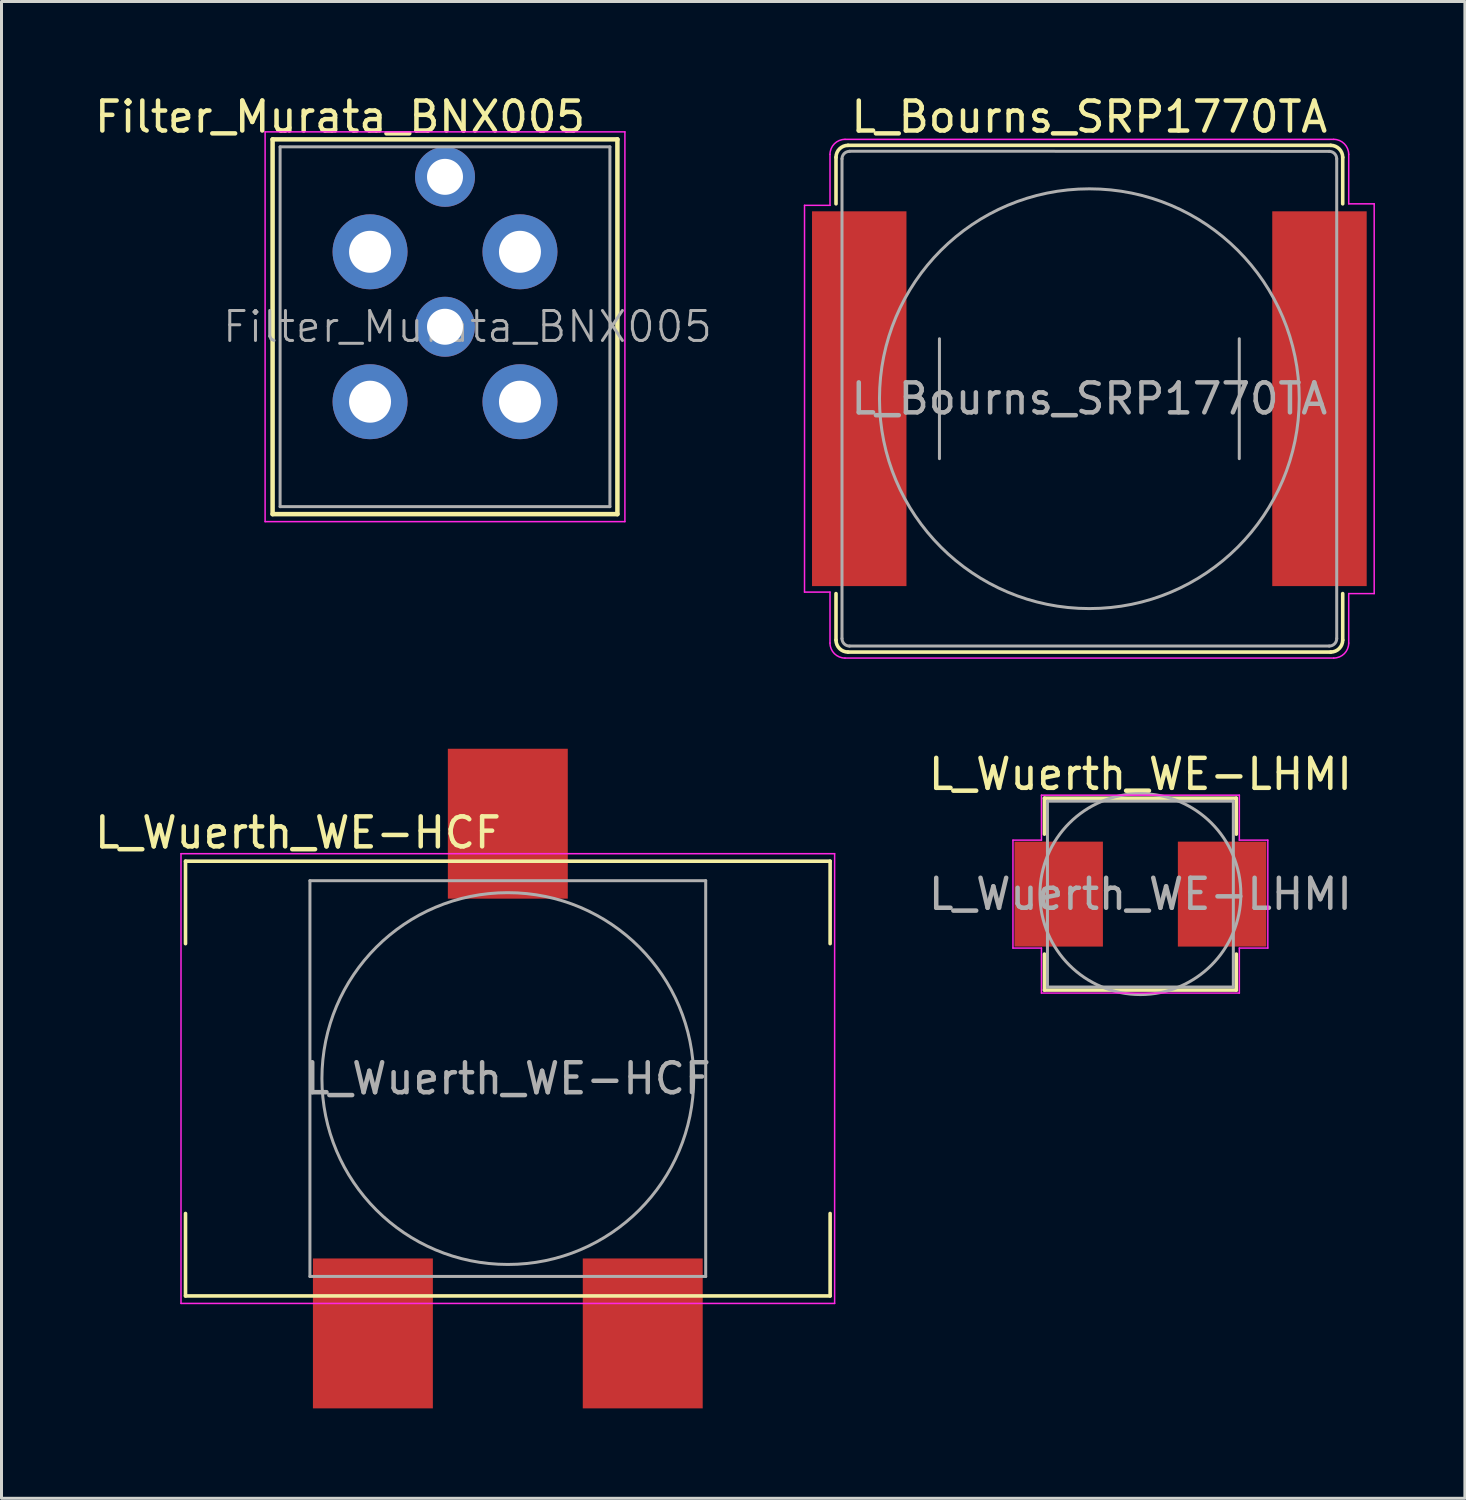
<source format=kicad_pcb>
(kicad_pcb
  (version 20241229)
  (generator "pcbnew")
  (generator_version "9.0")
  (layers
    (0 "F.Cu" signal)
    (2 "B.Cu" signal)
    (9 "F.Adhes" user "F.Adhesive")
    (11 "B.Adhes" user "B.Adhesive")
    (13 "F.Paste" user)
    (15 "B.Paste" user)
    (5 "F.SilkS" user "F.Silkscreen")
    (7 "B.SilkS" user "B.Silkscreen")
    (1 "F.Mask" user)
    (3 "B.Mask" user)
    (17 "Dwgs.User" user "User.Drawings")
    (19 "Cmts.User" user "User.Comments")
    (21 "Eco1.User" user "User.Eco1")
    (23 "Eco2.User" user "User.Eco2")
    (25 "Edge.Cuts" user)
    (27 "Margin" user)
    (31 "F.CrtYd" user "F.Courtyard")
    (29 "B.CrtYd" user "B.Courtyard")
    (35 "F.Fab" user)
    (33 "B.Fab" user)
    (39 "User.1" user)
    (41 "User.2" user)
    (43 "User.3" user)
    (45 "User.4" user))
  (footprint "L_Bourns_SRP1770TA"
    (layer "F.Cu")
    (at 33.283 10.248)
    (property "Reference" "L_Bourns_SRP1770TA" (at 0 -9.4 0) (layer "F.SilkS") (effects (font (size 1 1) (thickness 0.15))))
    (attr smd)
    (fp_line (start -8.45 -8.05) (end -8.45 -6.5) (stroke (width 0.12) (type solid)) (layer "F.SilkS"))
    (fp_line (start -8.45 6.5) (end -8.45 8.05) (stroke (width 0.12) (type solid)) (layer "F.SilkS"))
    (fp_line (start -8.05 -8.45) (end 8.05 -8.45) (stroke (width 0.12) (type solid)) (layer "F.SilkS"))
    (fp_line (start 8.05 8.45) (end -8.05 8.45) (stroke (width 0.12) (type solid)) (layer "F.SilkS"))
    (fp_line (start 8.45 -8.05) (end 8.45 -6.5) (stroke (width 0.12) (type solid)) (layer "F.SilkS"))
    (fp_line (start 8.45 6.5) (end 8.45 8.05) (stroke (width 0.12) (type solid)) (layer "F.SilkS"))
    (fp_arc (start -8.45 -8.05) (mid -8.332843 -8.332843) (end -8.05 -8.45) (stroke (width 0.12) (type solid)) (layer "F.SilkS"))
    (fp_arc (start -8.05 8.45) (mid -8.332843 8.332843) (end -8.45 8.05) (stroke (width 0.12) (type solid)) (layer "F.SilkS"))
    (fp_arc (start 8.05 -8.45) (mid 8.332843 -8.332843) (end 8.45 -8.05) (stroke (width 0.12) (type solid)) (layer "F.SilkS"))
    (fp_arc (start 8.45 8.05) (mid 8.332843 8.332843) (end 8.05 8.45) (stroke (width 0.12) (type solid)) (layer "F.SilkS"))
    (fp_line (start -9.5 -6.45) (end -9.5 6.45) (stroke (width 0.05) (type solid)) (layer "F.CrtYd"))
    (fp_line (start -9.5 -6.45) (end -8.65 -6.45) (stroke (width 0.05) (type solid)) (layer "F.CrtYd"))
    (fp_line (start -8.65 -8.15) (end -8.65 -6.45) (stroke (width 0.05) (type solid)) (layer "F.CrtYd"))
    (fp_line (start -8.65 6.45) (end -9.5 6.45) (stroke (width 0.05) (type solid)) (layer "F.CrtYd"))
    (fp_line (start -8.65 8.15) (end -8.65 6.45) (stroke (width 0.05) (type solid)) (layer "F.CrtYd"))
    (fp_line (start -8.15 -8.65) (end 8.15 -8.65) (stroke (width 0.05) (type solid)) (layer "F.CrtYd"))
    (fp_line (start 8.15 8.65) (end -8.15 8.65) (stroke (width 0.05) (type solid)) (layer "F.CrtYd"))
    (fp_line (start 8.65 -8.15) (end 8.65 -6.5) (stroke (width 0.05) (type solid)) (layer "F.CrtYd"))
    (fp_line (start 8.65 6.5) (end 8.65 8.15) (stroke (width 0.05) (type solid)) (layer "F.CrtYd"))
    (fp_line (start 9.5 -6.5) (end 8.65 -6.5) (stroke (width 0.05) (type solid)) (layer "F.CrtYd"))
    (fp_line (start 9.5 -6.5) (end 9.5 6.5) (stroke (width 0.05) (type solid)) (layer "F.CrtYd"))
    (fp_line (start 9.5 6.5) (end 8.65 6.5) (stroke (width 0.05) (type solid)) (layer "F.CrtYd"))
    (fp_arc (start -8.65 -8.15) (mid -8.503553 -8.503553) (end -8.15 -8.65) (stroke (width 0.05) (type solid)) (layer "F.CrtYd"))
    (fp_arc (start -8.15 8.65) (mid -8.503553 8.503553) (end -8.65 8.15) (stroke (width 0.05) (type solid)) (layer "F.CrtYd"))
    (fp_arc (start 8.15 -8.65) (mid 8.503553 -8.503553) (end 8.65 -8.15) (stroke (width 0.05) (type solid)) (layer "F.CrtYd"))
    (fp_arc (start 8.65 8.15) (mid 8.503553 8.503553) (end 8.15 8.65) (stroke (width 0.05) (type solid)) (layer "F.CrtYd"))
    (fp_line (start -8.25 -8) (end -8.25 8) (stroke (width 0.1) (type solid)) (layer "F.Fab"))
    (fp_line (start -8 -8.255) (end 8 -8.25) (stroke (width 0.1) (type solid)) (layer "F.Fab"))
    (fp_line (start -5 2) (end -5 -2) (stroke (width 0.1) (type solid)) (layer "F.Fab"))
    (fp_line (start 5 -2) (end 5 2) (stroke (width 0.1) (type solid)) (layer "F.Fab"))
    (fp_line (start 8 8.25) (end -8 8.25) (stroke (width 0.1) (type solid)) (layer "F.Fab"))
    (fp_line (start 8.25 -8) (end 8.25 8) (stroke (width 0.1) (type solid)) (layer "F.Fab"))
    (fp_arc (start -8.25 -8) (mid -8.176777 -8.176777) (end -8 -8.25) (stroke (width 0.1) (type solid)) (layer "F.Fab"))
    (fp_arc (start -8 8.25) (mid -8.176777 8.176777) (end -8.25 8) (stroke (width 0.1) (type solid)) (layer "F.Fab"))
    (fp_arc (start 8 -8.25) (mid 8.176777 -8.176777) (end 8.25 -8) (stroke (width 0.1) (type solid)) (layer "F.Fab"))
    (fp_arc (start 8.25 8) (mid 8.176777 8.176777) (end 8 8.25) (stroke (width 0.1) (type solid)) (layer "F.Fab"))
    (fp_circle (center 0 0) (end 7 0) (stroke (width 0.1) (type solid)) (fill no) (layer "F.Fab"))
    (fp_text user "${REFERENCE}" (at 0 0 0) (layer "F.Fab") (effects (font (size 1 1) (thickness 0.15))))
    (pad "1" smd rect (at -7.675 0) (size 3.15 12.5) (layers "F.Cu" "F.Mask" "F.Paste"))
    (pad "2" smd rect (at 7.675 0) (size 3.15 12.5) (layers "F.Cu" "F.Mask" "F.Paste")))
  (footprint "L_Wuerth_WE-HCF"
    (layer "F.Cu")
    (at 13.887 32.923)
    (property "Reference" "L_Wuerth_WE-HCF" (at -7 -8.2 0) (layer "F.SilkS") (effects (font (size 1 1) (thickness 0.15))))
    (attr smd)
    (fp_line (start -10.75 -7.25) (end 10.75 -7.25) (stroke (width 0.12) (type solid)) (layer "F.SilkS"))
    (fp_line (start -10.75 -4.5) (end -10.75 -7.25) (stroke (width 0.12) (type solid)) (layer "F.SilkS"))
    (fp_line (start -10.75 7.25) (end -10.75 4.5) (stroke (width 0.12) (type solid)) (layer "F.SilkS"))
    (fp_line (start -10.75 7.25) (end 10.75 7.25) (stroke (width 0.12) (type solid)) (layer "F.SilkS"))
    (fp_line (start 10.75 -4.5) (end 10.75 -7.25) (stroke (width 0.12) (type solid)) (layer "F.SilkS"))
    (fp_line (start 10.75 7.25) (end 10.75 4.5) (stroke (width 0.12) (type solid)) (layer "F.SilkS"))
    (fp_line (start -10.9 -7.5) (end -10.9 7.5) (stroke (width 0.05) (type solid)) (layer "F.CrtYd"))
    (fp_line (start -10.9 -7.5) (end 10.9 -7.5) (stroke (width 0.05) (type solid)) (layer "F.CrtYd"))
    (fp_line (start 10.9 -7.5) (end 10.9 7.5) (stroke (width 0.05) (type solid)) (layer "F.CrtYd"))
    (fp_line (start 10.9 7.5) (end -10.9 7.5) (stroke (width 0.05) (type solid)) (layer "F.CrtYd"))
    (fp_line (start -6.6 -6.6) (end -6.6 6.6) (stroke (width 0.1) (type solid)) (layer "F.Fab"))
    (fp_line (start -6.6 6.6) (end 6.6 6.6) (stroke (width 0.1) (type solid)) (layer "F.Fab"))
    (fp_line (start 6.6 -6.6) (end -6.6 -6.6) (stroke (width 0.1) (type solid)) (layer "F.Fab"))
    (fp_line (start 6.6 6.6) (end 6.6 -6.6) (stroke (width 0.1) (type solid)) (layer "F.Fab"))
    (fp_circle (center 0 0) (end 6.2 0) (stroke (width 0.1) (type solid)) (fill no) (layer "F.Fab"))
    (fp_text user "${REFERENCE}" (at 0 0 0) (layer "F.Fab") (effects (font (size 1 1) (thickness 0.15))))
    (pad "1" smd rect (at -4.5 8.5) (size 4 5) (layers "F.Cu" "F.Mask" "F.Paste"))
    (pad "2" smd rect (at 4.5 8.5) (size 4 5) (layers "F.Cu" "F.Mask" "F.Paste"))
    (pad "3" smd rect (at 0 -8.5) (size 4 5) (layers "F.Cu" "F.Mask" "F.Paste")))
  (footprint "L_Wuerth_WE-LHMI"
    (layer "F.Cu")
    (at 34.985 26.771)
    (property "Reference" "L_Wuerth_WE-LHMI" (at 0 -4 0) (layer "F.SilkS") (effects (font (size 1 1) (thickness 0.15))))
    (attr smd)
    (fp_line (start -3.2 -3.2) (end 3.2 -3.2) (stroke (width 0.12) (type solid)) (layer "F.SilkS"))
    (fp_line (start -3.2 -2) (end -3.2 -3.2) (stroke (width 0.12) (type solid)) (layer "F.SilkS"))
    (fp_line (start -3.2 3.2) (end -3.2 2) (stroke (width 0.12) (type solid)) (layer "F.SilkS"))
    (fp_line (start -3.2 3.2) (end 3.2 3.2) (stroke (width 0.12) (type solid)) (layer "F.SilkS"))
    (fp_line (start 3.2 -2) (end 3.2 -3.2) (stroke (width 0.12) (type solid)) (layer "F.SilkS"))
    (fp_line (start 3.2 3.2) (end 3.2 2) (stroke (width 0.12) (type solid)) (layer "F.SilkS"))
    (fp_line (start -4.25 -1.8) (end -3.3 -1.8) (stroke (width 0.05) (type solid)) (layer "F.CrtYd"))
    (fp_line (start -4.25 1.8) (end -4.25 -1.8) (stroke (width 0.05) (type solid)) (layer "F.CrtYd"))
    (fp_line (start -4.25 1.8) (end -3.3 1.8) (stroke (width 0.05) (type solid)) (layer "F.CrtYd"))
    (fp_line (start -3.3 -3.3) (end 3.3 -3.3) (stroke (width 0.05) (type solid)) (layer "F.CrtYd"))
    (fp_line (start -3.3 -1.8) (end -3.3 -3.3) (stroke (width 0.05) (type solid)) (layer "F.CrtYd"))
    (fp_line (start -3.3 3.3) (end -3.3 1.8) (stroke (width 0.05) (type solid)) (layer "F.CrtYd"))
    (fp_line (start 3.3 -1.8) (end 3.3 -3.3) (stroke (width 0.05) (type solid)) (layer "F.CrtYd"))
    (fp_line (start 3.3 -1.8) (end 4.25 -1.8) (stroke (width 0.05) (type solid)) (layer "F.CrtYd"))
    (fp_line (start 3.3 1.8) (end 4.25 1.8) (stroke (width 0.05) (type solid)) (layer "F.CrtYd"))
    (fp_line (start 3.3 3.3) (end -3.3 3.3) (stroke (width 0.05) (type solid)) (layer "F.CrtYd"))
    (fp_line (start 3.3 3.3) (end 3.3 1.8) (stroke (width 0.05) (type solid)) (layer "F.CrtYd"))
    (fp_line (start 4.25 1.8) (end 4.25 -1.8) (stroke (width 0.05) (type solid)) (layer "F.CrtYd"))
    (fp_line (start -3.1 -3.1) (end -3.1 3.1) (stroke (width 0.1) (type solid)) (layer "F.Fab"))
    (fp_line (start -3.1 3.1) (end 3.1 3.1) (stroke (width 0.1) (type solid)) (layer "F.Fab"))
    (fp_line (start 3.1 -3.1) (end -3.1 -3.1) (stroke (width 0.1) (type solid)) (layer "F.Fab"))
    (fp_line (start 3.1 3.1) (end 3.1 -3.1) (stroke (width 0.1) (type solid)) (layer "F.Fab"))
    (fp_circle (center 0 0) (end 3.35 -0.05) (stroke (width 0.1) (type solid)) (fill no) (layer "F.Fab"))
    (fp_text user "${REFERENCE}" (at 0 0 0) (layer "F.Fab") (effects (font (size 1 1) (thickness 0.15))))
    (pad "1" smd rect (at -2.725 0) (size 2.95 3.5) (layers "F.Cu" "F.Mask" "F.Paste"))
    (pad "2" smd rect (at 2.725 0) (size 2.95 3.5) (layers "F.Cu" "F.Mask" "F.Paste")))
  (footprint "Filter_Murata_BNX005"
    (layer "F.Cu")
    (at 11.792 7.848)
    (property "Reference" "Filter_Murata_BNX005" (at -3.5 -7 180) (layer "F.SilkS") (effects (font (size 1 1) (thickness 0.15))))
    (attr smd)
    (fp_line (start -5.75 -6.25) (end 5.75 -6.25) (stroke (width 0.15) (type solid)) (layer "F.SilkS"))
    (fp_line (start -5.75 6.25) (end -5.75 -6.25) (stroke (width 0.15) (type solid)) (layer "F.SilkS"))
    (fp_line (start 5.75 -6.25) (end 5.75 6.25) (stroke (width 0.15) (type solid)) (layer "F.SilkS"))
    (fp_line (start 5.75 6.25) (end -5.75 6.25) (stroke (width 0.15) (type solid)) (layer "F.SilkS"))
    (fp_line (start -6 -6.5) (end -6 6.5) (stroke (width 0.05) (type solid)) (layer "F.CrtYd"))
    (fp_line (start -6 -6.5) (end 6 -6.5) (stroke (width 0.05) (type solid)) (layer "F.CrtYd"))
    (fp_line (start 6 6.5) (end -6 6.5) (stroke (width 0.05) (type solid)) (layer "F.CrtYd"))
    (fp_line (start 6 6.5) (end 6 -6.5) (stroke (width 0.05) (type solid)) (layer "F.CrtYd"))
    (fp_line (start -5.5 -6) (end 5.5 -6) (stroke (width 0.1) (type solid)) (layer "F.Fab"))
    (fp_line (start -5.5 6) (end -5.5 -6) (stroke (width 0.1) (type solid)) (layer "F.Fab"))
    (fp_line (start 5.5 -6) (end 5.5 6) (stroke (width 0.1) (type solid)) (layer "F.Fab"))
    (fp_line (start 5.5 6) (end -5.5 6) (stroke (width 0.1) (type solid)) (layer "F.Fab"))
    (fp_text user "${REFERENCE}" (at 0.75 0 0) (layer "F.Fab") (effects (font (size 1 1) (thickness 0.1))))
    (pad "1" thru_hole circle (at -2.5 -2.5) (size 2.5 2.5) (drill 1.4) (layers "*.Cu" "*.Mask"))
    (pad "2" thru_hole circle (at 2.5 -2.5) (size 2.5 2.5) (drill 1.4) (layers "*.Cu" "*.Mask"))
    (pad "3" thru_hole circle (at -2.5 2.5) (size 2.5 2.5) (drill 1.4) (layers "*.Cu" "*.Mask"))
    (pad "4" thru_hole circle (at 0 -5) (size 2 2) (drill 1.2) (layers "*.Cu" "*.Mask"))
    (pad "4" thru_hole circle (at 0 0) (size 2 2) (drill 1.2) (layers "*.Cu" "*.Mask"))
    (pad "4" thru_hole circle (at 2.5 2.5) (size 2.5 2.5) (drill 1.4) (layers "*.Cu" "*.Mask")))
  (gr_rect
    (start -3 -3)
    (end 45.808 46.923)
    (stroke (width 0.1) (type default))
    (fill no)
    (layer "Edge.Cuts")))
</source>
